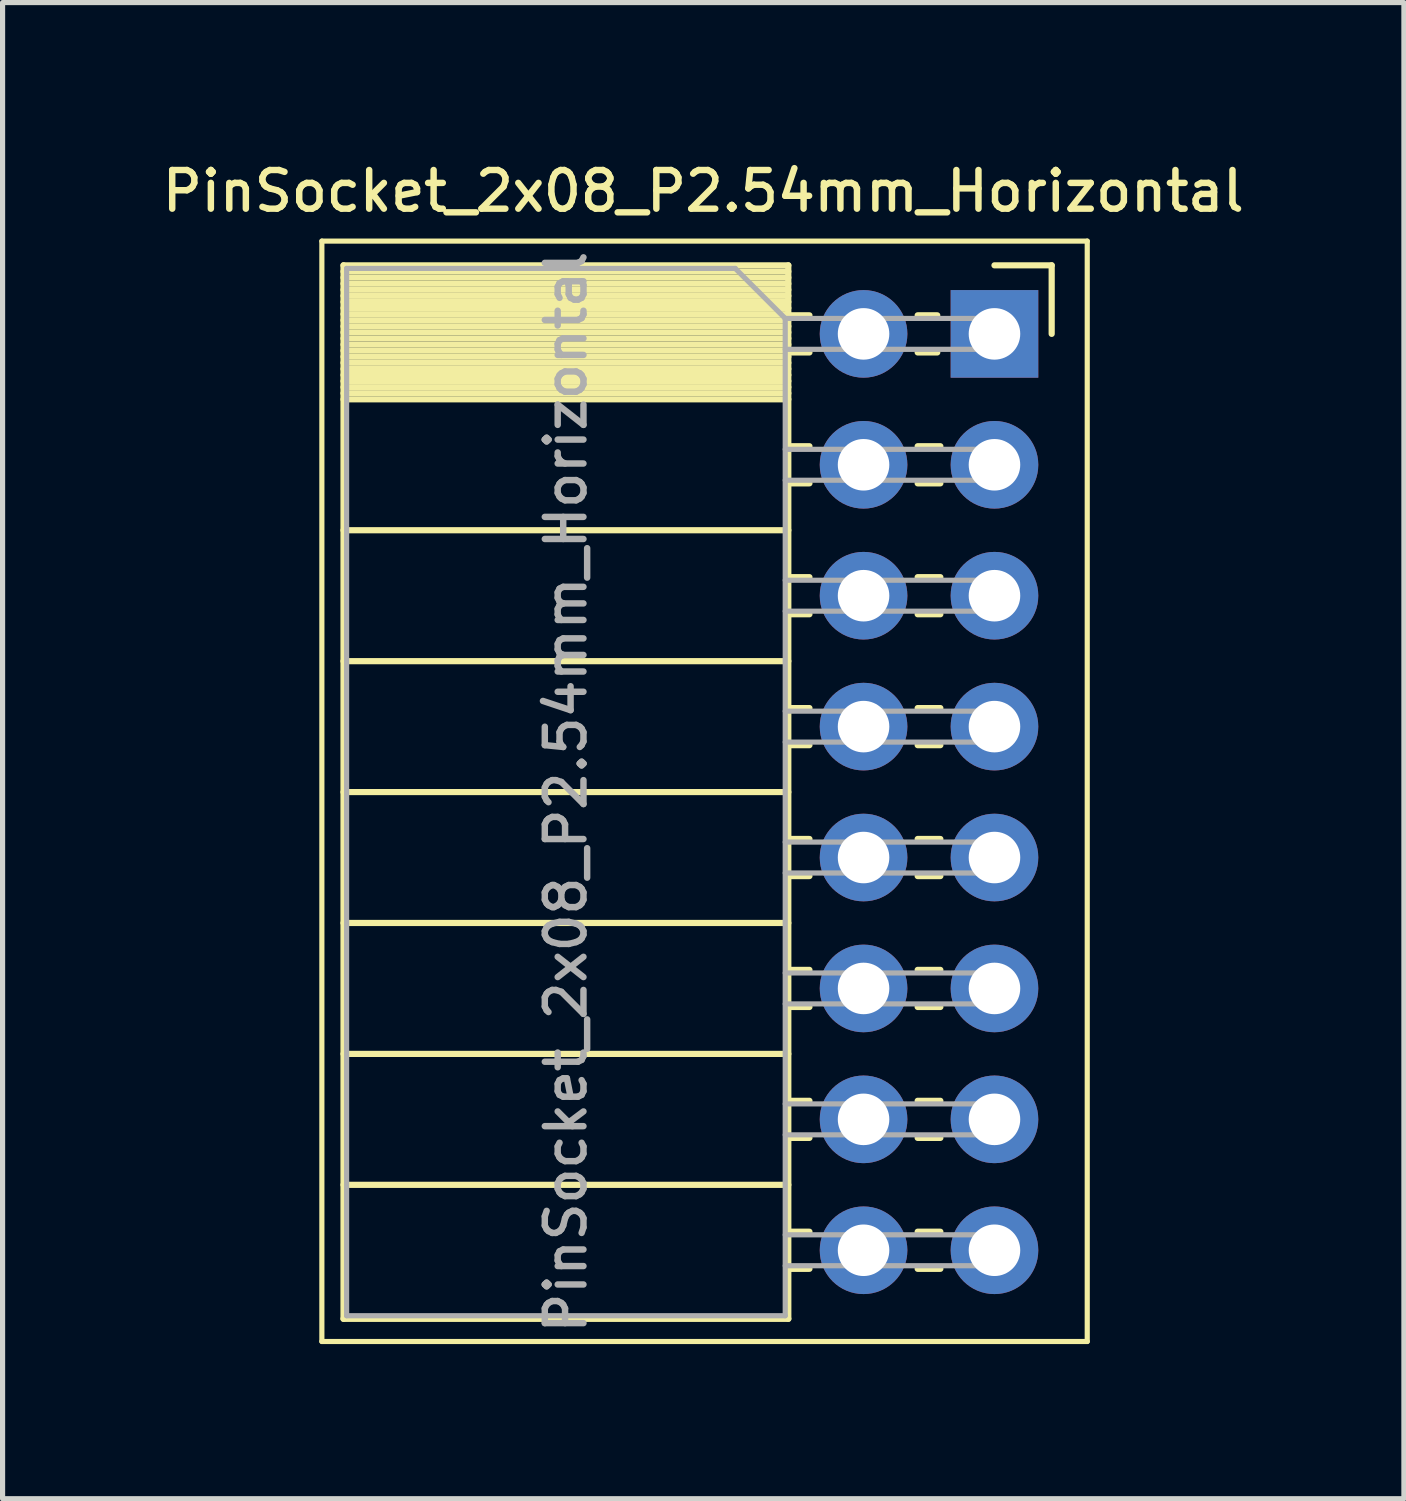
<source format=kicad_pcb>
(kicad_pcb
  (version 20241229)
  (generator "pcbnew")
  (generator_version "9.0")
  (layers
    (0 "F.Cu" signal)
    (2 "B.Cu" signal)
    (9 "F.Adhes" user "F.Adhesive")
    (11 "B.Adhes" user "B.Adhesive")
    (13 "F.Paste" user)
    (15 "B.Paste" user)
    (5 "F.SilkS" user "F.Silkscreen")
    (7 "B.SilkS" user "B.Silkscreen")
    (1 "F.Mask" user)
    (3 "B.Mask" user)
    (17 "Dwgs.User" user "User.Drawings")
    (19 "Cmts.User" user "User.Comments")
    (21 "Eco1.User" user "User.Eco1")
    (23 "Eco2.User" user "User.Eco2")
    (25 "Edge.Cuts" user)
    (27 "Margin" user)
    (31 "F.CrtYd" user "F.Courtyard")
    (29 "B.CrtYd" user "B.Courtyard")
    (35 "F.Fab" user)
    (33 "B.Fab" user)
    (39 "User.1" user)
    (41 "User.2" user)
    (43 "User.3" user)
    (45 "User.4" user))
  (footprint "PinSocket_2x08_P2.54mm_Horizontal"
    (layer "F.Cu")
    (at 16.245 3.428)
    (property "Reference" "PinSocket_2x08_P2.54mm_Horizontal" (at -5.65 -2.77 0) (layer "F.SilkS") (effects (font (size 0.75 0.75) (thickness 0.125))))
    (attr through_hole)
    (fp_line (start -13.05 -1.8) (end -13.05 19.55) (stroke (width 0.1) (type solid)) (layer "F.SilkS"))
    (fp_line (start -13.05 19.55) (end 1.8 19.55) (stroke (width 0.1) (type solid)) (layer "F.SilkS"))
    (fp_line (start -12.63 -1.33) (end -12.63 19.11) (stroke (width 0.12) (type solid)) (layer "F.SilkS"))
    (fp_line (start -12.63 -1.33) (end -4 -1.33) (stroke (width 0.12) (type solid)) (layer "F.SilkS"))
    (fp_line (start -12.63 -1.21) (end -4 -1.21) (stroke (width 0.12) (type solid)) (layer "F.SilkS"))
    (fp_line (start -12.63 -1.092) (end -4 -1.092) (stroke (width 0.12) (type solid)) (layer "F.SilkS"))
    (fp_line (start -12.63 -0.974) (end -4 -0.974) (stroke (width 0.12) (type solid)) (layer "F.SilkS"))
    (fp_line (start -12.63 -0.856) (end -4 -0.856) (stroke (width 0.12) (type solid)) (layer "F.SilkS"))
    (fp_line (start -12.63 -0.738) (end -4 -0.738) (stroke (width 0.12) (type solid)) (layer "F.SilkS"))
    (fp_line (start -12.63 -0.62) (end -4 -0.62) (stroke (width 0.12) (type solid)) (layer "F.SilkS"))
    (fp_line (start -12.63 -0.501) (end -4 -0.501) (stroke (width 0.12) (type solid)) (layer "F.SilkS"))
    (fp_line (start -12.63 -0.383) (end -4 -0.383) (stroke (width 0.12) (type solid)) (layer "F.SilkS"))
    (fp_line (start -12.63 -0.265) (end -4 -0.265) (stroke (width 0.12) (type solid)) (layer "F.SilkS"))
    (fp_line (start -12.63 -0.147) (end -4 -0.147) (stroke (width 0.12) (type solid)) (layer "F.SilkS"))
    (fp_line (start -12.63 -0.029) (end -4 -0.029) (stroke (width 0.12) (type solid)) (layer "F.SilkS"))
    (fp_line (start -12.63 0.089) (end -4 0.089) (stroke (width 0.12) (type solid)) (layer "F.SilkS"))
    (fp_line (start -12.63 0.207) (end -4 0.207) (stroke (width 0.12) (type solid)) (layer "F.SilkS"))
    (fp_line (start -12.63 0.325) (end -4 0.325) (stroke (width 0.12) (type solid)) (layer "F.SilkS"))
    (fp_line (start -12.63 0.443) (end -4 0.443) (stroke (width 0.12) (type solid)) (layer "F.SilkS"))
    (fp_line (start -12.63 0.561) (end -4 0.561) (stroke (width 0.12) (type solid)) (layer "F.SilkS"))
    (fp_line (start -12.63 0.68) (end -4 0.68) (stroke (width 0.12) (type solid)) (layer "F.SilkS"))
    (fp_line (start -12.63 0.798) (end -4 0.798) (stroke (width 0.12) (type solid)) (layer "F.SilkS"))
    (fp_line (start -12.63 0.916) (end -4 0.916) (stroke (width 0.12) (type solid)) (layer "F.SilkS"))
    (fp_line (start -12.63 1.034) (end -4 1.034) (stroke (width 0.12) (type solid)) (layer "F.SilkS"))
    (fp_line (start -12.63 1.152) (end -4 1.152) (stroke (width 0.12) (type solid)) (layer "F.SilkS"))
    (fp_line (start -12.63 1.27) (end -4 1.27) (stroke (width 0.12) (type solid)) (layer "F.SilkS"))
    (fp_line (start -12.63 3.81) (end -4 3.81) (stroke (width 0.12) (type solid)) (layer "F.SilkS"))
    (fp_line (start -12.63 6.35) (end -4 6.35) (stroke (width 0.12) (type solid)) (layer "F.SilkS"))
    (fp_line (start -12.63 8.89) (end -4 8.89) (stroke (width 0.12) (type solid)) (layer "F.SilkS"))
    (fp_line (start -12.63 11.43) (end -4 11.43) (stroke (width 0.12) (type solid)) (layer "F.SilkS"))
    (fp_line (start -12.63 13.97) (end -4 13.97) (stroke (width 0.12) (type solid)) (layer "F.SilkS"))
    (fp_line (start -12.63 16.51) (end -4 16.51) (stroke (width 0.12) (type solid)) (layer "F.SilkS"))
    (fp_line (start -12.63 19.11) (end -4 19.11) (stroke (width 0.12) (type solid)) (layer "F.SilkS"))
    (fp_line (start -4 -1.33) (end -4 19.11) (stroke (width 0.12) (type solid)) (layer "F.SilkS"))
    (fp_line (start -4 -0.36) (end -3.59 -0.36) (stroke (width 0.12) (type solid)) (layer "F.SilkS"))
    (fp_line (start -4 0.36) (end -3.59 0.36) (stroke (width 0.12) (type solid)) (layer "F.SilkS"))
    (fp_line (start -4 2.18) (end -3.59 2.18) (stroke (width 0.12) (type solid)) (layer "F.SilkS"))
    (fp_line (start -4 2.9) (end -3.59 2.9) (stroke (width 0.12) (type solid)) (layer "F.SilkS"))
    (fp_line (start -4 4.72) (end -3.59 4.72) (stroke (width 0.12) (type solid)) (layer "F.SilkS"))
    (fp_line (start -4 5.44) (end -3.59 5.44) (stroke (width 0.12) (type solid)) (layer "F.SilkS"))
    (fp_line (start -4 7.26) (end -3.59 7.26) (stroke (width 0.12) (type solid)) (layer "F.SilkS"))
    (fp_line (start -4 7.98) (end -3.59 7.98) (stroke (width 0.12) (type solid)) (layer "F.SilkS"))
    (fp_line (start -4 9.8) (end -3.59 9.8) (stroke (width 0.12) (type solid)) (layer "F.SilkS"))
    (fp_line (start -4 10.52) (end -3.59 10.52) (stroke (width 0.12) (type solid)) (layer "F.SilkS"))
    (fp_line (start -4 12.34) (end -3.59 12.34) (stroke (width 0.12) (type solid)) (layer "F.SilkS"))
    (fp_line (start -4 13.06) (end -3.59 13.06) (stroke (width 0.12) (type solid)) (layer "F.SilkS"))
    (fp_line (start -4 14.88) (end -3.59 14.88) (stroke (width 0.12) (type solid)) (layer "F.SilkS"))
    (fp_line (start -4 15.6) (end -3.59 15.6) (stroke (width 0.12) (type solid)) (layer "F.SilkS"))
    (fp_line (start -4 17.42) (end -3.59 17.42) (stroke (width 0.12) (type solid)) (layer "F.SilkS"))
    (fp_line (start -4 18.14) (end -3.59 18.14) (stroke (width 0.12) (type solid)) (layer "F.SilkS"))
    (fp_line (start -1.49 -0.36) (end -1.11 -0.36) (stroke (width 0.12) (type solid)) (layer "F.SilkS"))
    (fp_line (start -1.49 0.36) (end -1.11 0.36) (stroke (width 0.12) (type solid)) (layer "F.SilkS"))
    (fp_line (start -1.49 2.18) (end -1.05 2.18) (stroke (width 0.12) (type solid)) (layer "F.SilkS"))
    (fp_line (start -1.49 2.9) (end -1.05 2.9) (stroke (width 0.12) (type solid)) (layer "F.SilkS"))
    (fp_line (start -1.49 4.72) (end -1.05 4.72) (stroke (width 0.12) (type solid)) (layer "F.SilkS"))
    (fp_line (start -1.49 5.44) (end -1.05 5.44) (stroke (width 0.12) (type solid)) (layer "F.SilkS"))
    (fp_line (start -1.49 7.26) (end -1.05 7.26) (stroke (width 0.12) (type solid)) (layer "F.SilkS"))
    (fp_line (start -1.49 7.98) (end -1.05 7.98) (stroke (width 0.12) (type solid)) (layer "F.SilkS"))
    (fp_line (start -1.49 9.8) (end -1.05 9.8) (stroke (width 0.12) (type solid)) (layer "F.SilkS"))
    (fp_line (start -1.49 10.52) (end -1.05 10.52) (stroke (width 0.12) (type solid)) (layer "F.SilkS"))
    (fp_line (start -1.49 12.34) (end -1.05 12.34) (stroke (width 0.12) (type solid)) (layer "F.SilkS"))
    (fp_line (start -1.49 13.06) (end -1.05 13.06) (stroke (width 0.12) (type solid)) (layer "F.SilkS"))
    (fp_line (start -1.49 14.88) (end -1.05 14.88) (stroke (width 0.12) (type solid)) (layer "F.SilkS"))
    (fp_line (start -1.49 15.6) (end -1.05 15.6) (stroke (width 0.12) (type solid)) (layer "F.SilkS"))
    (fp_line (start -1.49 17.42) (end -1.05 17.42) (stroke (width 0.12) (type solid)) (layer "F.SilkS"))
    (fp_line (start -1.49 18.14) (end -1.05 18.14) (stroke (width 0.12) (type solid)) (layer "F.SilkS"))
    (fp_line (start 0 -1.33) (end 1.11 -1.33) (stroke (width 0.12) (type solid)) (layer "F.SilkS"))
    (fp_line (start 1.11 -1.33) (end 1.11 0) (stroke (width 0.12) (type solid)) (layer "F.SilkS"))
    (fp_line (start 1.8 -1.8) (end -13.05 -1.8) (stroke (width 0.1) (type solid)) (layer "F.SilkS"))
    (fp_line (start 1.8 19.55) (end 1.8 -1.8) (stroke (width 0.1) (type solid)) (layer "F.SilkS"))
    (fp_line (start -12.57 -1.27) (end -5.03 -1.27) (stroke (width 0.1) (type solid)) (layer "F.Fab"))
    (fp_line (start -12.57 19.05) (end -12.57 -1.27) (stroke (width 0.1) (type solid)) (layer "F.Fab"))
    (fp_line (start -5.03 -1.27) (end -4.06 -0.3) (stroke (width 0.1) (type solid)) (layer "F.Fab"))
    (fp_line (start -4.06 -0.3) (end -4.06 19.05) (stroke (width 0.1) (type solid)) (layer "F.Fab"))
    (fp_line (start -4.06 0.3) (end 0 0.3) (stroke (width 0.1) (type solid)) (layer "F.Fab"))
    (fp_line (start -4.06 2.84) (end 0 2.84) (stroke (width 0.1) (type solid)) (layer "F.Fab"))
    (fp_line (start -4.06 5.38) (end 0 5.38) (stroke (width 0.1) (type solid)) (layer "F.Fab"))
    (fp_line (start -4.06 7.92) (end 0 7.92) (stroke (width 0.1) (type solid)) (layer "F.Fab"))
    (fp_line (start -4.06 10.46) (end 0 10.46) (stroke (width 0.1) (type solid)) (layer "F.Fab"))
    (fp_line (start -4.06 13) (end 0 13) (stroke (width 0.1) (type solid)) (layer "F.Fab"))
    (fp_line (start -4.06 15.54) (end 0 15.54) (stroke (width 0.1) (type solid)) (layer "F.Fab"))
    (fp_line (start -4.06 18.08) (end 0 18.08) (stroke (width 0.1) (type solid)) (layer "F.Fab"))
    (fp_line (start -4.06 19.05) (end -12.57 19.05) (stroke (width 0.1) (type solid)) (layer "F.Fab"))
    (fp_line (start 0 -0.3) (end -4.06 -0.3) (stroke (width 0.1) (type solid)) (layer "F.Fab"))
    (fp_line (start 0 0.3) (end 0 -0.3) (stroke (width 0.1) (type solid)) (layer "F.Fab"))
    (fp_line (start 0 2.24) (end -4.06 2.24) (stroke (width 0.1) (type solid)) (layer "F.Fab"))
    (fp_line (start 0 2.84) (end 0 2.24) (stroke (width 0.1) (type solid)) (layer "F.Fab"))
    (fp_line (start 0 4.78) (end -4.06 4.78) (stroke (width 0.1) (type solid)) (layer "F.Fab"))
    (fp_line (start 0 5.38) (end 0 4.78) (stroke (width 0.1) (type solid)) (layer "F.Fab"))
    (fp_line (start 0 7.32) (end -4.06 7.32) (stroke (width 0.1) (type solid)) (layer "F.Fab"))
    (fp_line (start 0 7.92) (end 0 7.32) (stroke (width 0.1) (type solid)) (layer "F.Fab"))
    (fp_line (start 0 9.86) (end -4.06 9.86) (stroke (width 0.1) (type solid)) (layer "F.Fab"))
    (fp_line (start 0 10.46) (end 0 9.86) (stroke (width 0.1) (type solid)) (layer "F.Fab"))
    (fp_line (start 0 12.4) (end -4.06 12.4) (stroke (width 0.1) (type solid)) (layer "F.Fab"))
    (fp_line (start 0 13) (end 0 12.4) (stroke (width 0.1) (type solid)) (layer "F.Fab"))
    (fp_line (start 0 14.94) (end -4.06 14.94) (stroke (width 0.1) (type solid)) (layer "F.Fab"))
    (fp_line (start 0 15.54) (end 0 14.94) (stroke (width 0.1) (type solid)) (layer "F.Fab"))
    (fp_line (start 0 17.48) (end -4.06 17.48) (stroke (width 0.1) (type solid)) (layer "F.Fab"))
    (fp_line (start 0 18.08) (end 0 17.48) (stroke (width 0.1) (type solid)) (layer "F.Fab"))
    (fp_text user "${REFERENCE}" (at -8.315 8.89 90) (layer "F.Fab") (effects (font (size 0.75 0.75) (thickness 0.125))))
    (pad "1" thru_hole rect (at 0 0) (size 1.7 1.7) (drill 1) (layers "*.Cu" "*.Mask"))
    (pad "2" thru_hole oval (at -2.54 0) (size 1.7 1.7) (drill 1) (layers "*.Cu" "*.Mask"))
    (pad "3" thru_hole oval (at 0 2.54) (size 1.7 1.7) (drill 1) (layers "*.Cu" "*.Mask"))
    (pad "4" thru_hole oval (at -2.54 2.54) (size 1.7 1.7) (drill 1) (layers "*.Cu" "*.Mask"))
    (pad "5" thru_hole oval (at 0 5.08) (size 1.7 1.7) (drill 1) (layers "*.Cu" "*.Mask"))
    (pad "6" thru_hole oval (at -2.54 5.08) (size 1.7 1.7) (drill 1) (layers "*.Cu" "*.Mask"))
    (pad "7" thru_hole oval (at 0 7.62) (size 1.7 1.7) (drill 1) (layers "*.Cu" "*.Mask"))
    (pad "8" thru_hole oval (at -2.54 7.62) (size 1.7 1.7) (drill 1) (layers "*.Cu" "*.Mask"))
    (pad "9" thru_hole oval (at 0 10.16) (size 1.7 1.7) (drill 1) (layers "*.Cu" "*.Mask"))
    (pad "10" thru_hole oval (at -2.54 10.16) (size 1.7 1.7) (drill 1) (layers "*.Cu" "*.Mask"))
    (pad "11" thru_hole oval (at 0 12.7) (size 1.7 1.7) (drill 1) (layers "*.Cu" "*.Mask"))
    (pad "12" thru_hole oval (at -2.54 12.7) (size 1.7 1.7) (drill 1) (layers "*.Cu" "*.Mask"))
    (pad "13" thru_hole oval (at 0 15.24) (size 1.7 1.7) (drill 1) (layers "*.Cu" "*.Mask"))
    (pad "14" thru_hole oval (at -2.54 15.24) (size 1.7 1.7) (drill 1) (layers "*.Cu" "*.Mask"))
    (pad "15" thru_hole oval (at 0 17.78) (size 1.7 1.7) (drill 1) (layers "*.Cu" "*.Mask"))
    (pad "16" thru_hole oval (at -2.54 17.78) (size 1.7 1.7) (drill 1) (layers "*.Cu" "*.Mask")))
  (gr_rect
    (start -3 -3)
    (end 24.189 26.028)
    (stroke (width 0.1) (type default))
    (fill no)
    (layer "Edge.Cuts")))
</source>
